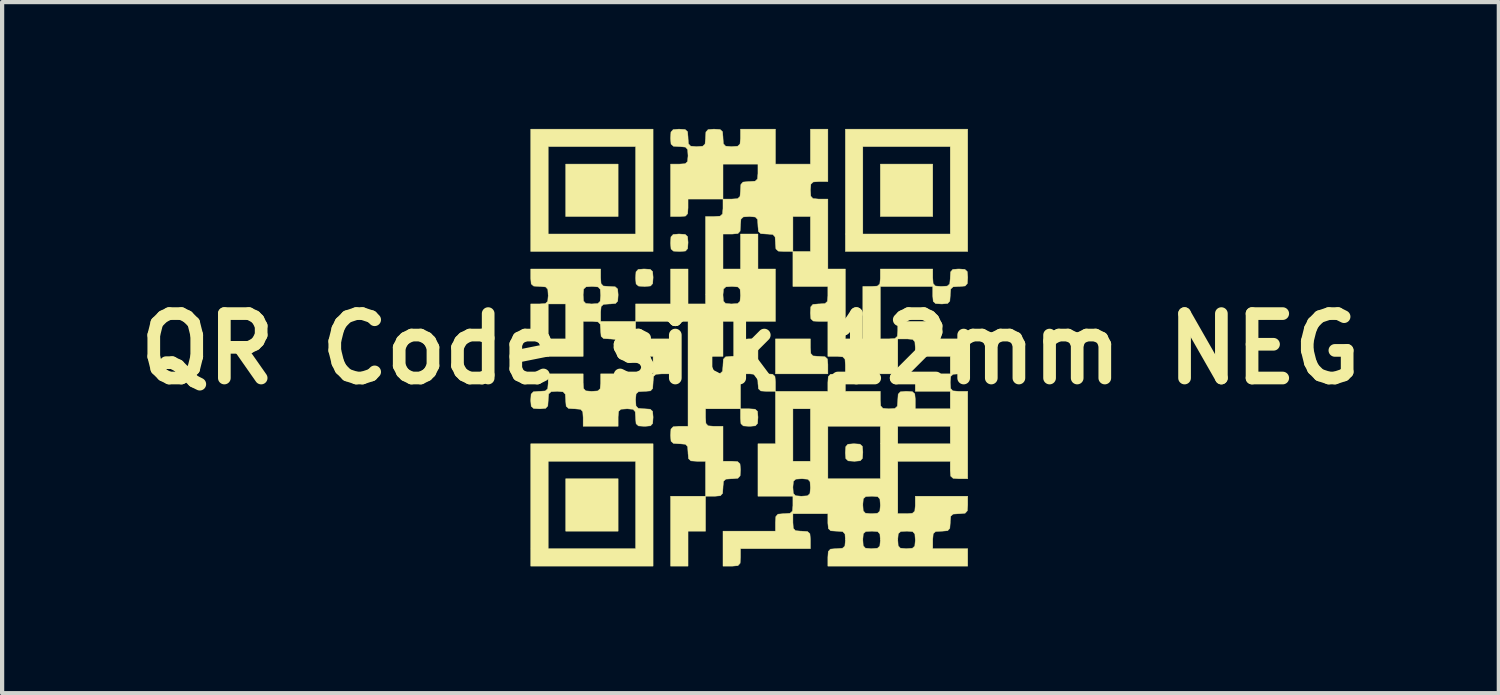
<source format=kicad_pcb>
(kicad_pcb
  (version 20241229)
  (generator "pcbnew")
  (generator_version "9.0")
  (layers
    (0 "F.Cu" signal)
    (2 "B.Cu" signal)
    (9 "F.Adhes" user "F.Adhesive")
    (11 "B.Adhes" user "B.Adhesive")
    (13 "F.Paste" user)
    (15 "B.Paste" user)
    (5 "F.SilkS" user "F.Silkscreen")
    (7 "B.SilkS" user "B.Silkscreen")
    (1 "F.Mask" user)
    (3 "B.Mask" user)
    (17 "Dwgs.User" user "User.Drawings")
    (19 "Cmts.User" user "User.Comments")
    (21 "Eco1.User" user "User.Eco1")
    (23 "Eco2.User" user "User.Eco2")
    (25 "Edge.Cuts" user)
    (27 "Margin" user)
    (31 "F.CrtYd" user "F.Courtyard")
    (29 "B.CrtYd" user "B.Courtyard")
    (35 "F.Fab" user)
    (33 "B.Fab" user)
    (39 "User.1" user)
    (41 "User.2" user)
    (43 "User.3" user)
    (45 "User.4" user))
  (footprint "QR Code silk 12mm NEG"
    (layer "F.Cu")
    (at 14.703 5.203)
    (property "Reference" "QR Code silk 12mm NEG" (at 0 0 0) (layer "F.SilkS") (effects (font (size 1.524 1.524) (thickness 0.3))))
    (attr through_hole)
    (fp_poly (pts (xy -3.131 -3.131) (xy -4.371 -3.131) (xy -4.371 -4.371) (xy -3.131 -4.371) (xy -3.131 -3.131)) (stroke (width 0.01) (type solid)) (fill yes) (layer "F.SilkS"))
    (fp_poly (pts (xy -3.131 4.312) (xy -4.371 4.312) (xy -4.371 3.072) (xy -3.131 3.072) (xy -3.131 4.312)) (stroke (width 0.01) (type solid)) (fill yes) (layer "F.SilkS"))
    (fp_poly (pts (xy 4.312 -3.131) (xy 3.072 -3.131) (xy 3.072 -4.371) (xy 4.312 -4.371) (xy 4.312 -3.131)) (stroke (width 0.01) (type solid)) (fill yes) (layer "F.SilkS"))
    (fp_poly (pts (xy -1.063 4.312) (xy -1.477 4.312) (xy -1.477 5.139) (xy -1.89 5.139) (xy -1.89 3.485) (xy -1.063 3.485) (xy -1.063 4.312)) (stroke (width 0.01) (type solid)) (fill yes) (layer "F.SilkS"))
    (fp_poly (pts (xy -2.304 -2.304) (xy -5.198 -2.304) (xy -5.198 -4.785) (xy -4.785 -4.785) (xy -4.785 -2.717) (xy -2.717 -2.717) (xy -2.717 -4.785) (xy -4.785 -4.785) (xy -5.198 -4.785) (xy -5.198 -5.198) (xy -2.304 -5.198) (xy -2.304 -2.304)) (stroke (width 0.01) (type solid)) (fill yes) (layer "F.SilkS"))
    (fp_poly (pts (xy -2.304 5.139) (xy -5.198 5.139) (xy -5.198 2.658) (xy -4.785 2.658) (xy -4.785 4.726) (xy -2.717 4.726) (xy -2.717 2.658) (xy -4.785 2.658) (xy -5.198 2.658) (xy -5.198 2.245) (xy -2.304 2.245) (xy -2.304 5.139)) (stroke (width 0.01) (type solid)) (fill yes) (layer "F.SilkS"))
    (fp_poly (pts (xy 5.139 -2.304) (xy 2.245 -2.304) (xy 2.245 -4.785) (xy 2.658 -4.785) (xy 2.658 -2.717) (xy 4.726 -2.717) (xy 4.726 -4.785) (xy 2.658 -4.785) (xy 2.245 -4.785) (xy 2.245 -5.198) (xy 5.139 -5.198) (xy 5.139 -2.304)) (stroke (width 0.01) (type solid)) (fill yes) (layer "F.SilkS"))
    (fp_poly (pts (xy 1.418 -0.03) (xy 1.427 0.109) (xy 1.478 0.166) (xy 1.609 0.177) (xy 1.624 0.177) (xy 1.763 0.186) (xy 1.82 0.238) (xy 1.831 0.368) (xy 1.831 0.384) (xy 1.831 0.591) (xy 0.591 0.591) (xy 0.591 -0.236) (xy 1.418 -0.236) (xy 1.418 -0.03)) (stroke (width 0.01) (type solid)) (fill yes) (layer "F.SilkS"))
    (fp_poly (pts (xy 0.109 1.427) (xy 0.166 1.478) (xy 0.177 1.609) (xy 0.177 1.624) (xy 0.168 1.763) (xy 0.116 1.82) (xy -0.014 1.831) (xy -0.03 1.831) (xy -0.168 1.822) (xy -0.225 1.77) (xy -0.236 1.64) (xy -0.236 1.624) (xy -0.236 1.418) (xy -0.03 1.418) (xy 0.109 1.427)) (stroke (width 0.01) (type solid)) (fill yes) (layer "F.SilkS"))
    (fp_poly (pts (xy -2.372 -1.881) (xy -2.315 -1.829) (xy -2.304 -1.699) (xy -2.304 -1.683) (xy -2.313 -1.545) (xy -2.364 -1.488) (xy -2.495 -1.477) (xy -2.51 -1.477) (xy -2.649 -1.486) (xy -2.706 -1.537) (xy -2.717 -1.668) (xy -2.717 -1.683) (xy -2.708 -1.822) (xy -2.656 -1.879) (xy -2.526 -1.89) (xy -2.51 -1.89) (xy -2.372 -1.881)) (stroke (width 0.01) (type solid)) (fill yes) (layer "F.SilkS"))
    (fp_poly (pts (xy -1.545 -2.708) (xy -1.488 -2.656) (xy -1.477 -2.526) (xy -1.477 -2.51) (xy -1.486 -2.372) (xy -1.537 -2.315) (xy -1.668 -2.304) (xy -1.683 -2.304) (xy -1.822 -2.313) (xy -1.879 -2.364) (xy -1.89 -2.495) (xy -1.89 -2.51) (xy -1.881 -2.649) (xy -1.829 -2.706) (xy -1.699 -2.717) (xy -1.683 -2.717) (xy -1.545 -2.708)) (stroke (width 0.01) (type solid)) (fill yes) (layer "F.SilkS"))
    (fp_poly (pts (xy 2.59 2.254) (xy 2.647 2.305) (xy 2.658 2.436) (xy 2.658 2.451) (xy 2.649 2.59) (xy 2.597 2.647) (xy 2.467 2.658) (xy 2.451 2.658) (xy 2.313 2.649) (xy 2.256 2.597) (xy 2.245 2.467) (xy 2.245 2.451) (xy 2.254 2.313) (xy 2.305 2.256) (xy 2.436 2.245) (xy 2.451 2.245) (xy 2.59 2.254)) (stroke (width 0.01) (type solid)) (fill yes) (layer "F.SilkS"))
    (fp_poly (pts (xy -2.717 -0.236) (xy -1.89 -0.236) (xy -1.89 0.591) (xy -2.097 0.591) (xy -2.236 0.6) (xy -2.292 0.651) (xy -2.304 0.782) (xy -2.304 0.797) (xy -2.313 0.936) (xy -2.364 0.993) (xy -2.495 1.004) (xy -2.51 1.004) (xy -2.649 1.013) (xy -2.706 1.065) (xy -2.717 1.195) (xy -2.717 1.211) (xy -2.708 1.349) (xy -2.656 1.406) (xy -2.526 1.418) (xy -2.51 1.418) (xy -2.372 1.427) (xy -2.315 1.478) (xy -2.304 1.609) (xy -2.304 1.624) (xy -2.313 1.763) (xy -2.364 1.82) (xy -2.495 1.831) (xy -2.51 1.831) (xy -2.649 1.822) (xy -2.706 1.77) (xy -2.717 1.64) (xy -2.717 1.624) (xy -2.726 1.486) (xy -2.778 1.429) (xy -2.908 1.418) (xy -2.924 1.418) (xy -3.063 1.427) (xy -3.119 1.478) (xy -3.131 1.609) (xy -3.131 1.624) (xy -3.131 1.831) (xy -3.958 1.831) (xy -3.958 1.624) (xy -3.967 1.486) (xy -4.018 1.429) (xy -4.149 1.418) (xy -4.164 1.418) (xy -4.303 1.409) (xy -4.36 1.357) (xy -4.371 1.227) (xy -4.371 1.211) (xy -4.38 1.072) (xy -4.432 1.016) (xy -4.562 1.004) (xy -4.578 1.004) (xy -4.716 1.013) (xy -4.773 1.065) (xy -4.785 1.195) (xy -4.785 1.211) (xy -4.794 1.349) (xy -4.845 1.406) (xy -4.976 1.418) (xy -4.991 1.418) (xy -5.13 1.409) (xy -5.187 1.357) (xy -5.198 1.227) (xy -5.198 1.211) (xy -5.189 1.072) (xy -5.137 1.016) (xy -5.007 1.004) (xy -4.991 1.004) (xy -4.853 0.995) (xy -4.796 0.943) (xy -4.785 0.813) (xy -4.785 0.797) (xy -4.785 0.591) (xy -3.958 0.591) (xy -3.958 0.797) (xy -3.949 0.936) (xy -3.897 0.993) (xy -3.767 1.004) (xy -3.751 1.004) (xy -3.612 0.995) (xy -3.556 0.943) (xy -3.544 0.813) (xy -3.544 0.797) (xy -3.544 0.591) (xy -2.304 0.591) (xy -2.304 0.177) (xy -3.131 0.177) (xy -3.131 -0.03) (xy -3.14 -0.168) (xy -3.191 -0.225) (xy -3.322 -0.236) (xy -3.337 -0.236) (xy -3.476 -0.245) (xy -3.533 -0.297) (xy -3.544 -0.427) (xy -3.544 -0.443) (xy -3.553 -0.582) (xy -3.605 -0.638) (xy -3.735 -0.65) (xy -3.751 -0.65) (xy -3.958 -0.65) (xy -3.958 0.177) (xy -4.785 0.177) (xy -4.785 -0.03) (xy -4.794 -0.168) (xy -4.845 -0.225) (xy -4.976 -0.236) (xy -4.991 -0.236) (xy -5.198 -0.236) (xy -5.198 -1.063) (xy -4.991 -1.063) (xy -4.785 -1.063) (xy -4.785 -0.236) (xy -4.371 -0.236) (xy -4.371 -1.063) (xy -4.785 -1.063) (xy -4.991 -1.063) (xy -4.853 -1.072) (xy -4.796 -1.124) (xy -4.785 -1.254) (xy -4.785 -1.27) (xy -3.958 -1.27) (xy -3.949 -1.131) (xy -3.897 -1.075) (xy -3.767 -1.063) (xy -3.751 -1.063) (xy -3.612 -1.072) (xy -3.556 -1.124) (xy -3.544 -1.254) (xy -3.544 -1.27) (xy -3.553 -1.409) (xy -3.605 -1.465) (xy -3.735 -1.477) (xy -3.751 -1.477) (xy -3.889 -1.468) (xy -3.946 -1.416) (xy -3.958 -1.286) (xy -3.958 -1.27) (xy -4.785 -1.27) (xy -4.794 -1.409) (xy -4.845 -1.465) (xy -4.976 -1.477) (xy -4.991 -1.477) (xy -5.13 -1.486) (xy -5.187 -1.537) (xy -5.198 -1.668) (xy -5.198 -1.683) (xy -5.198 -1.89) (xy -3.544 -1.89) (xy -3.544 -1.683) (xy -3.535 -1.545) (xy -3.483 -1.488) (xy -3.353 -1.477) (xy -3.337 -1.477) (xy -3.199 -1.468) (xy -3.142 -1.416) (xy -3.131 -1.286) (xy -3.131 -1.27) (xy -3.14 -1.131) (xy -3.191 -1.075) (xy -3.322 -1.063) (xy -3.337 -1.063) (xy -3.476 -1.054) (xy -3.533 -1.003) (xy -3.544 -0.872) (xy -3.544 -0.857) (xy -3.544 -0.65) (xy -2.717 -0.65) (xy -2.717 -0.236)) (stroke (width 0.01) (type solid)) (fill yes) (layer "F.SilkS"))
    (fp_poly (pts (xy -1.063 2.658) (xy -1.27 2.658) (xy -1.409 2.649) (xy -1.465 2.597) (xy -1.477 2.467) (xy -1.477 2.451) (xy -1.486 2.313) (xy -1.537 2.256) (xy -1.668 2.245) (xy -1.683 2.245) (xy -1.822 2.236) (xy -1.879 2.184) (xy -1.89 2.054) (xy -1.89 2.038) (xy -1.881 1.899) (xy -1.829 1.843) (xy -1.699 1.831) (xy -1.683 1.831) (xy -1.477 1.831) (xy -1.477 0.384) (xy -1.063 0.384) (xy -1.054 0.523) (xy -1.003 0.579) (xy -0.872 0.591) (xy -0.857 0.591) (xy -0.718 0.582) (xy -0.661 0.53) (xy -0.65 0.4) (xy -0.65 0.384) (xy -0.641 0.245) (xy -0.589 0.189) (xy -0.459 0.177) (xy -0.443 0.177) (xy -0.304 0.168) (xy -0.248 0.116) (xy -0.236 -0.014) (xy -0.236 -0.03) (xy -0.227 -0.168) (xy -0.176 -0.225) (xy -0.045 -0.236) (xy -0.03 -0.236) (xy 0.177 -0.236) (xy 0.177 0.591) (xy 0.384 0.591) (xy 0.523 0.6) (xy 0.579 0.651) (xy 0.591 0.782) (xy 0.591 0.797) (xy 0.591 1.004) (xy 1.831 1.004) (xy 1.831 0.797) (xy 1.84 0.659) (xy 1.892 0.602) (xy 2.022 0.591) (xy 2.038 0.591) (xy 2.176 0.6) (xy 2.233 0.651) (xy 2.245 0.782) (xy 2.245 0.797) (xy 2.245 1.004) (xy 3.072 1.004) (xy 3.072 1.211) (xy 3.081 1.349) (xy 3.132 1.406) (xy 3.263 1.418) (xy 3.278 1.418) (xy 3.417 1.409) (xy 3.474 1.357) (xy 3.485 1.227) (xy 3.485 1.211) (xy 3.494 1.072) (xy 3.546 1.016) (xy 3.676 1.004) (xy 3.692 1.004) (xy 3.83 1.013) (xy 3.887 1.065) (xy 3.899 1.195) (xy 3.899 1.211) (xy 3.899 1.418) (xy 4.726 1.418) (xy 4.726 1.004) (xy 3.899 1.004) (xy 3.899 0.591) (xy 4.726 0.591) (xy 4.726 0.177) (xy 3.899 0.177) (xy 3.899 -0.03) (xy 3.889 -0.168) (xy 3.838 -0.225) (xy 3.708 -0.236) (xy 3.692 -0.236) (xy 3.485 -0.236) (xy 3.485 0.591) (xy 2.245 0.591) (xy 2.245 0.384) (xy 2.236 0.245) (xy 2.184 0.189) (xy 2.054 0.177) (xy 2.038 0.177) (xy 1.831 0.177) (xy 1.831 -0.65) (xy 1.624 -0.65) (xy 1.486 -0.659) (xy 1.429 -0.711) (xy 1.418 -0.841) (xy 1.418 -0.857) (xy 1.427 -0.995) (xy 1.478 -1.052) (xy 1.609 -1.063) (xy 1.624 -1.063) (xy 1.763 -1.072) (xy 1.82 -1.124) (xy 1.831 -1.254) (xy 1.831 -1.27) (xy 1.831 -1.477) (xy 1.004 -1.477) (xy 1.004 -2.304) (xy 0.797 -2.304) (xy 0.659 -2.313) (xy 0.602 -2.364) (xy 0.591 -2.495) (xy 0.591 -2.51) (xy 0.582 -2.649) (xy 0.53 -2.706) (xy 0.4 -2.717) (xy 0.384 -2.717) (xy 0.245 -2.726) (xy 0.189 -2.778) (xy 0.177 -2.908) (xy 0.177 -2.924) (xy 0.168 -3.063) (xy 0.116 -3.119) (xy -0.014 -3.131) (xy -0.03 -3.131) (xy 1.004 -3.131) (xy 1.004 -2.304) (xy 1.418 -2.304) (xy 1.418 -3.131) (xy 1.004 -3.131) (xy -0.03 -3.131) (xy -0.168 -3.122) (xy -0.225 -3.07) (xy -0.236 -2.94) (xy -0.236 -2.924) (xy -0.245 -2.785) (xy -0.297 -2.729) (xy -0.427 -2.717) (xy -0.443 -2.717) (xy -0.65 -2.717) (xy -0.65 -1.89) (xy -0.236 -1.89) (xy -0.236 -2.717) (xy 0.177 -2.717) (xy 0.177 -1.89) (xy 0.591 -1.89) (xy 0.591 -0.65) (xy -0.65 -0.65) (xy -0.65 0.177) (xy -0.857 0.177) (xy -0.995 0.186) (xy -1.052 0.238) (xy -1.063 0.368) (xy -1.063 0.384) (xy -1.477 0.384) (xy -1.477 -0.65) (xy -2.717 -0.65) (xy -2.717 -1.063) (xy -1.89 -1.063) (xy -1.89 -1.89) (xy -1.477 -1.89) (xy -1.477 -1.063) (xy -1.063 -1.063) (xy -1.063 -1.27) (xy -0.65 -1.27) (xy -0.641 -1.131) (xy -0.589 -1.075) (xy -0.459 -1.063) (xy -0.443 -1.063) (xy -0.304 -1.072) (xy -0.248 -1.124) (xy -0.236 -1.254) (xy -0.236 -1.27) (xy -0.245 -1.409) (xy -0.297 -1.465) (xy -0.427 -1.477) (xy -0.443 -1.477) (xy -0.582 -1.468) (xy -0.638 -1.416) (xy -0.65 -1.286) (xy -0.65 -1.27) (xy -1.063 -1.27) (xy -1.063 -3.131) (xy -0.857 -3.131) (xy -0.718 -3.14) (xy -0.661 -3.191) (xy -0.65 -3.322) (xy -0.65 -3.337) (xy -0.65 -3.544) (xy -1.477 -3.544) (xy -1.477 -3.337) (xy -1.486 -3.199) (xy -1.537 -3.142) (xy -1.668 -3.131) (xy -1.683 -3.131) (xy -1.89 -3.131) (xy -1.89 -4.371) (xy -1.683 -4.371) (xy -0.65 -4.371) (xy -0.65 -3.544) (xy -0.443 -3.544) (xy -0.304 -3.553) (xy -0.248 -3.605) (xy -0.236 -3.735) (xy -0.236 -3.751) (xy -0.227 -3.889) (xy -0.176 -3.946) (xy -0.045 -3.958) (xy -0.03 -3.958) (xy 0.109 -3.967) (xy 0.166 -4.018) (xy 0.177 -4.149) (xy 0.177 -4.164) (xy 0.177 -4.371) (xy -0.65 -4.371) (xy -1.683 -4.371) (xy -1.545 -4.38) (xy -1.488 -4.432) (xy -1.477 -4.562) (xy -1.477 -4.578) (xy -1.486 -4.716) (xy -1.537 -4.773) (xy -1.668 -4.785) (xy -1.683 -4.785) (xy -1.822 -4.794) (xy -1.879 -4.845) (xy -1.89 -4.976) (xy -1.89 -4.991) (xy -1.881 -5.13) (xy -1.829 -5.187) (xy -1.699 -5.198) (xy -1.683 -5.198) (xy -1.545 -5.189) (xy -1.488 -5.137) (xy -1.477 -5.007) (xy -1.477 -4.991) (xy -1.468 -4.853) (xy -1.416 -4.796) (xy -1.286 -4.785) (xy -1.27 -4.785) (xy -1.131 -4.794) (xy -1.075 -4.845) (xy -1.063 -4.976) (xy -1.063 -4.991) (xy -1.054 -5.13) (xy -1.003 -5.187) (xy -0.872 -5.198) (xy -0.857 -5.198) (xy -0.718 -5.189) (xy -0.661 -5.137) (xy -0.65 -5.007) (xy -0.65 -4.991) (xy -0.641 -4.853) (xy -0.589 -4.796) (xy -0.459 -4.785) (xy -0.443 -4.785) (xy -0.304 -4.794) (xy -0.248 -4.845) (xy -0.236 -4.976) (xy -0.236 -4.991) (xy -0.236 -5.198) (xy 0.591 -5.198) (xy 0.591 -4.371) (xy 1.418 -4.371) (xy 1.418 -5.198) (xy 1.831 -5.198) (xy 1.831 -3.958) (xy 1.624 -3.958) (xy 1.486 -3.949) (xy 1.429 -3.897) (xy 1.418 -3.767) (xy 1.418 -3.751) (xy 1.427 -3.612) (xy 1.478 -3.556) (xy 1.609 -3.544) (xy 1.624 -3.544) (xy 1.831 -3.544) (xy 1.831 -1.89) (xy 2.245 -1.89) (xy 2.245 -0.236) (xy 2.658 -0.236) (xy 2.658 -1.477) (xy 2.865 -1.477) (xy 3.003 -1.486) (xy 3.06 -1.537) (xy 3.072 -1.668) (xy 3.072 -1.683) (xy 3.072 -1.89) (xy 4.312 -1.89) (xy 4.312 -1.683) (xy 4.321 -1.545) (xy 4.373 -1.488) (xy 4.503 -1.477) (xy 4.519 -1.477) (xy 4.657 -1.486) (xy 4.714 -1.537) (xy 4.726 -1.668) (xy 4.726 -1.683) (xy 4.735 -1.822) (xy 4.786 -1.879) (xy 4.917 -1.89) (xy 4.932 -1.89) (xy 5.071 -1.881) (xy 5.128 -1.829) (xy 5.139 -1.699) (xy 5.139 -1.683) (xy 5.13 -1.545) (xy 5.078 -1.488) (xy 4.948 -1.477) (xy 4.932 -1.477) (xy 4.794 -1.468) (xy 4.737 -1.416) (xy 4.726 -1.286) (xy 4.726 -1.27) (xy 4.716 -1.131) (xy 4.665 -1.075) (xy 4.535 -1.063) (xy 4.519 -1.063) (xy 4.38 -1.072) (xy 4.323 -1.124) (xy 4.312 -1.254) (xy 4.312 -1.27) (xy 4.312 -1.477) (xy 3.072 -1.477) (xy 3.072 -0.236) (xy 3.278 -0.236) (xy 3.417 -0.245) (xy 3.474 -0.297) (xy 3.485 -0.427) (xy 3.485 -0.443) (xy 3.485 -0.65) (xy 4.312 -0.65) (xy 4.312 -0.236) (xy 5.139 -0.236) (xy 5.139 0.591) (xy 4.932 0.591) (xy 4.794 0.6) (xy 4.737 0.651) (xy 4.726 0.782) (xy 4.726 0.797) (xy 4.735 0.936) (xy 4.786 0.993) (xy 4.917 1.004) (xy 4.932 1.004) (xy 5.139 1.004) (xy 5.139 3.072) (xy 4.932 3.072) (xy 4.794 3.062) (xy 4.737 3.011) (xy 4.726 2.881) (xy 4.726 2.865) (xy 4.726 2.658) (xy 3.485 2.658) (xy 3.485 3.899) (xy 3.692 3.899) (xy 3.83 3.889) (xy 3.887 3.838) (xy 3.899 3.708) (xy 3.899 3.692) (xy 3.899 3.485) (xy 5.139 3.485) (xy 5.139 3.692) (xy 5.13 3.83) (xy 5.078 3.887) (xy 4.948 3.899) (xy 4.932 3.899) (xy 4.794 3.908) (xy 4.737 3.959) (xy 4.726 4.09) (xy 4.726 4.105) (xy 4.716 4.244) (xy 4.665 4.301) (xy 4.535 4.312) (xy 4.519 4.312) (xy 4.38 4.321) (xy 4.323 4.373) (xy 4.312 4.503) (xy 4.312 4.519) (xy 4.312 4.726) (xy 5.139 4.726) (xy 5.139 5.139) (xy 1.831 5.139) (xy 1.831 4.932) (xy 1.84 4.794) (xy 1.892 4.737) (xy 2.022 4.726) (xy 2.038 4.726) (xy 2.176 4.716) (xy 2.233 4.665) (xy 2.245 4.535) (xy 2.245 4.519) (xy 2.658 4.519) (xy 2.667 4.657) (xy 2.719 4.714) (xy 2.849 4.726) (xy 2.865 4.726) (xy 3.003 4.716) (xy 3.06 4.665) (xy 3.072 4.535) (xy 3.072 4.519) (xy 3.485 4.519) (xy 3.494 4.657) (xy 3.546 4.714) (xy 3.676 4.726) (xy 3.692 4.726) (xy 3.83 4.716) (xy 3.887 4.665) (xy 3.899 4.535) (xy 3.899 4.519) (xy 3.889 4.38) (xy 3.838 4.323) (xy 3.708 4.312) (xy 3.692 4.312) (xy 3.553 4.321) (xy 3.496 4.373) (xy 3.485 4.503) (xy 3.485 4.519) (xy 3.072 4.519) (xy 3.062 4.38) (xy 3.011 4.323) (xy 2.881 4.312) (xy 2.865 4.312) (xy 2.726 4.321) (xy 2.669 4.373) (xy 2.658 4.503) (xy 2.658 4.519) (xy 2.245 4.519) (xy 2.236 4.38) (xy 2.184 4.323) (xy 2.054 4.312) (xy 2.038 4.312) (xy 1.899 4.303) (xy 1.843 4.251) (xy 1.831 4.121) (xy 1.831 4.105) (xy 1.831 3.899) (xy 1.004 3.899) (xy 1.004 4.105) (xy 1.013 4.244) (xy 1.065 4.301) (xy 1.195 4.312) (xy 1.211 4.312) (xy 1.349 4.321) (xy 1.406 4.373) (xy 1.418 4.503) (xy 1.418 4.519) (xy 1.418 4.726) (xy -0.236 4.726) (xy -0.236 4.932) (xy -0.245 5.071) (xy -0.297 5.128) (xy -0.427 5.139) (xy -0.443 5.139) (xy -0.65 5.139) (xy -0.65 4.312) (xy 0.591 4.312) (xy 0.591 4.105) (xy 0.6 3.967) (xy 0.651 3.91) (xy 0.782 3.899) (xy 0.797 3.899) (xy 0.936 3.889) (xy 0.993 3.838) (xy 1.004 3.708) (xy 1.004 3.692) (xy 2.658 3.692) (xy 2.667 3.83) (xy 2.719 3.887) (xy 2.849 3.899) (xy 2.865 3.899) (xy 3.003 3.889) (xy 3.06 3.838) (xy 3.072 3.708) (xy 3.072 3.692) (xy 3.062 3.553) (xy 3.011 3.496) (xy 2.881 3.485) (xy 2.865 3.485) (xy 2.726 3.494) (xy 2.669 3.546) (xy 2.658 3.676) (xy 2.658 3.692) (xy 1.004 3.692) (xy 1.004 3.485) (xy 0.177 3.485) (xy 0.177 3.278) (xy 1.004 3.278) (xy 1.013 3.417) (xy 1.065 3.474) (xy 1.195 3.485) (xy 1.211 3.485) (xy 1.349 3.476) (xy 1.406 3.424) (xy 1.418 3.294) (xy 1.418 3.278) (xy 1.409 3.14) (xy 1.357 3.083) (xy 1.227 3.072) (xy 1.211 3.072) (xy 1.072 3.081) (xy 1.016 3.132) (xy 1.004 3.263) (xy 1.004 3.278) (xy 0.177 3.278) (xy 0.177 2.245) (xy 0.591 2.245) (xy 0.591 1.418) (xy 1.004 1.418) (xy 1.004 2.658) (xy 1.418 2.658) (xy 1.418 1.831) (xy 1.831 1.831) (xy 1.831 3.072) (xy 3.072 3.072) (xy 3.072 1.831) (xy 3.485 1.831) (xy 3.485 2.245) (xy 4.726 2.245) (xy 4.726 1.831) (xy 3.485 1.831) (xy 3.072 1.831) (xy 1.831 1.831) (xy 1.418 1.831) (xy 1.418 1.418) (xy 1.004 1.418) (xy 0.591 1.418) (xy 0.591 1.004) (xy 0.384 1.004) (xy 0.245 0.995) (xy 0.189 0.943) (xy 0.177 0.813) (xy 0.177 0.797) (xy 0.168 0.659) (xy 0.116 0.602) (xy -0.014 0.591) (xy -0.03 0.591) (xy -0.236 0.591) (xy -0.236 1.418) (xy -1.063 1.418) (xy -1.063 1.624) (xy -1.054 1.763) (xy -1.003 1.82) (xy -0.872 1.831) (xy -0.857 1.831) (xy -0.65 1.831) (xy -0.65 2.658) (xy -0.443 2.658) (xy -0.304 2.667) (xy -0.248 2.719) (xy -0.236 2.849) (xy -0.236 2.865) (xy -0.245 3.003) (xy -0.297 3.06) (xy -0.427 3.072) (xy -0.443 3.072) (xy -0.582 3.081) (xy -0.638 3.132) (xy -0.65 3.263) (xy -0.65 3.278) (xy -0.659 3.417) (xy -0.711 3.474) (xy -0.841 3.485) (xy -0.857 3.485) (xy -1.063 3.485) (xy -1.063 2.658)) (stroke (width 0.01) (type solid)) (fill yes) (layer "F.SilkS")))
  (gr_rect
    (start -3 -3)
    (end 32.406 13.347)
    (stroke (width 0.1) (type default))
    (fill no)
    (layer "Edge.Cuts")))
</source>
